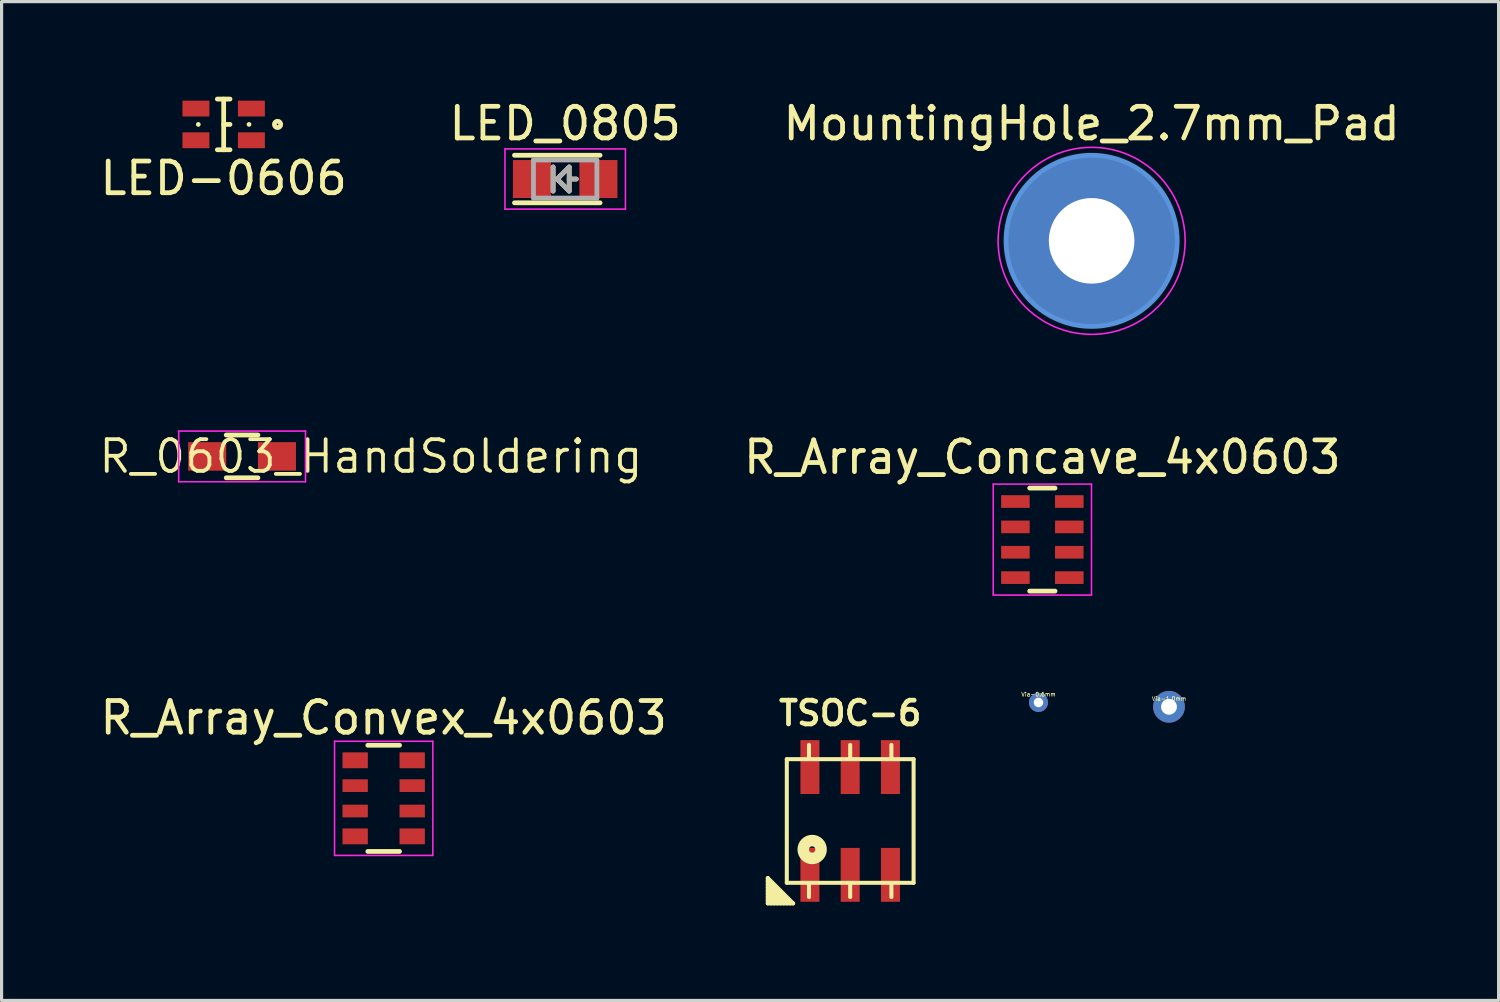
<source format=kicad_pcb>
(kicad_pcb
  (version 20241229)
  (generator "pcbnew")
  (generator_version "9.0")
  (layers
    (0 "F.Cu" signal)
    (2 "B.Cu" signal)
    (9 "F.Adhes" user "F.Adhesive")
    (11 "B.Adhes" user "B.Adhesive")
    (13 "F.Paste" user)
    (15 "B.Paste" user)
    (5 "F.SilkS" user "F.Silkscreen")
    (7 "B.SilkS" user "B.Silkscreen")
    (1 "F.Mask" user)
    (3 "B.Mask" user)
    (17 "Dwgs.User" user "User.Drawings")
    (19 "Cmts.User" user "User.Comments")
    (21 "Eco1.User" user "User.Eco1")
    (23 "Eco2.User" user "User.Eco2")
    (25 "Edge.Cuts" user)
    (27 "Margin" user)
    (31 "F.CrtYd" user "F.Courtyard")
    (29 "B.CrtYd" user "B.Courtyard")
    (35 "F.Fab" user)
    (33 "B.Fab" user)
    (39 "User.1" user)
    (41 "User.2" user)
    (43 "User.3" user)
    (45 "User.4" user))
  (footprint "Via-1.0mm"
    (layer "F.Cu")
    (at 33.828 19.247)
    (property "Reference" "Via-1.0mm" (at 0 -0.254 0) (layer "F.SilkS") (effects (font (size 0.127 0.127) (thickness 0.02))))
    (attr through_hole)
    (pad "" thru_hole circle (at 0 0) (size 1 1) (drill 0.5) (layers "*.Cu")))
  (footprint "Via-0.6mm"
    (layer "F.Cu")
    (at 29.711 19.11)
    (property "Reference" "Via-0.6mm" (at 0 -0.254 0) (layer "F.SilkS") (effects (font (size 0.127 0.127) (thickness 0.02))))
    (attr through_hole)
    (pad "" thru_hole circle (at 0 0) (size 0.6 0.6) (drill 0.3) (layers "*.Cu")))
  (footprint "LED-0606"
    (layer "F.Cu")
    (at 4.006 0.875)
    (property "Reference" "LED-0606" (at 0 1.7 0) (layer "F.SilkS") (effects (font (size 1 1) (thickness 0.15))))
    (attr through_hole)
    (fp_line (start -0.8 0) (end -0.8 0) (stroke (width 0.15) (type solid)) (layer "F.SilkS"))
    (fp_line (start -0.2 -0.8) (end 0.2 -0.8) (stroke (width 0.15) (type solid)) (layer "F.SilkS"))
    (fp_line (start -0.2 0.8) (end 0.2 0.8) (stroke (width 0.15) (type solid)) (layer "F.SilkS"))
    (fp_line (start 0 -0.8) (end 0 0.8) (stroke (width 0.15) (type solid)) (layer "F.SilkS"))
    (fp_line (start 0 0) (end 0.2 0) (stroke (width 0.15) (type solid)) (layer "F.SilkS"))
    (fp_line (start 0.8 0) (end 0.8 0) (stroke (width 0.15) (type solid)) (layer "F.SilkS"))
    (fp_circle (center 1.7 0) (end 1.8 0) (stroke (width 0.15) (type solid)) (fill no) (layer "F.SilkS"))
    (pad "1" smd rect (at 0.875 -0.5) (size 0.85 0.5) (layers "F.Cu" "F.Mask" "F.Paste"))
    (pad "1" smd rect (at 0.875 0.5) (size 0.85 0.5) (layers "F.Cu" "F.Mask" "F.Paste"))
    (pad "2" smd rect (at -0.875 -0.5) (size 0.85 0.5) (layers "F.Cu" "F.Mask" "F.Paste"))
    (pad "2" smd rect (at -0.875 0.5) (size 0.85 0.5) (layers "F.Cu" "F.Mask" "F.Paste")))
  (footprint "TSOC-6"
    (layer "F.Cu")
    (at 23.771 22.849)
    (property "Reference" "TSOC-6" (at 0 -3.4 0) (layer "F.SilkS") (effects (font (size 0.75 0.75) (thickness 0.15))))
    (attr through_hole)
    (fp_line (start -2.6 1.8) (end -2.6 2.6) (stroke (width 0.127) (type solid)) (layer "F.SilkS"))
    (fp_line (start -2.6 1.9) (end -1.9 2.6) (stroke (width 0.127) (type solid)) (layer "F.SilkS"))
    (fp_line (start -2.6 2.1) (end -2.1 2.6) (stroke (width 0.127) (type solid)) (layer "F.SilkS"))
    (fp_line (start -2.6 2.3) (end -2.3 2.6) (stroke (width 0.127) (type solid)) (layer "F.SilkS"))
    (fp_line (start -2.6 2.5) (end -2.5 2.6) (stroke (width 0.127) (type solid)) (layer "F.SilkS"))
    (fp_line (start -2.6 2.6) (end -1.8 2.6) (stroke (width 0.127) (type solid)) (layer "F.SilkS"))
    (fp_line (start -2.4 2.6) (end -2.6 2.4) (stroke (width 0.127) (type solid)) (layer "F.SilkS"))
    (fp_line (start -2.2 2.6) (end -2.6 2.2) (stroke (width 0.127) (type solid)) (layer "F.SilkS"))
    (fp_line (start -2 -1.95) (end -2 1.95) (stroke (width 0.127) (type solid)) (layer "F.SilkS"))
    (fp_line (start -2 1.95) (end 2 1.95) (stroke (width 0.127) (type solid)) (layer "F.SilkS"))
    (fp_line (start -2 2.6) (end -2.6 2) (stroke (width 0.127) (type solid)) (layer "F.SilkS"))
    (fp_line (start -1.8 2.6) (end -2.6 1.8) (stroke (width 0.127) (type solid)) (layer "F.SilkS"))
    (fp_line (start -1.3 -2.4) (end -1.3 -2) (stroke (width 0.127) (type solid)) (layer "F.SilkS"))
    (fp_line (start -1.3 2) (end -1.3 2.4) (stroke (width 0.127) (type solid)) (layer "F.SilkS"))
    (fp_line (start 0 -2) (end 0 -2.4) (stroke (width 0.127) (type solid)) (layer "F.SilkS"))
    (fp_line (start 0 2) (end 0 2.4) (stroke (width 0.127) (type solid)) (layer "F.SilkS"))
    (fp_line (start 1.3 -2.4) (end 1.3 -2) (stroke (width 0.127) (type solid)) (layer "F.SilkS"))
    (fp_line (start 1.3 2) (end 1.3 2.4) (stroke (width 0.127) (type solid)) (layer "F.SilkS"))
    (fp_line (start 2 -1.95) (end -2 -1.95) (stroke (width 0.127) (type solid)) (layer "F.SilkS"))
    (fp_line (start 2 1.95) (end 2 -1.95) (stroke (width 0.127) (type solid)) (layer "F.SilkS"))
    (fp_circle (center -1.2 0.9) (end -1.6 0.9) (stroke (width 0.127) (type solid)) (fill no) (layer "F.SilkS"))
    (fp_circle (center -1.2 0.9) (end -1.5 0.9) (stroke (width 0.127) (type solid)) (fill no) (layer "F.SilkS"))
    (fp_circle (center -1.2 0.9) (end -1.4 0.9) (stroke (width 0.127) (type solid)) (fill no) (layer "F.SilkS"))
    (fp_circle (center -1.2 0.9) (end -1.3 0.9) (stroke (width 0.3) (type solid)) (fill no) (layer "F.SilkS"))
    (pad "1" smd rect (at -1.27 1.7) (size 0.6 1.7) (layers "F.Cu" "F.Mask" "F.Paste"))
    (pad "2" smd rect (at 0 1.7) (size 0.6 1.7) (layers "F.Cu" "F.Mask" "F.Paste"))
    (pad "3" smd rect (at 1.27 1.7) (size 0.6 1.7) (layers "F.Cu" "F.Mask" "F.Paste"))
    (pad "4" smd rect (at 1.27 -1.7) (size 0.6 1.7) (layers "F.Cu" "F.Mask" "F.Paste"))
    (pad "5" smd rect (at 0 -1.7) (size 0.6 1.7) (layers "F.Cu" "F.Mask" "F.Paste"))
    (pad "6" smd rect (at -1.27 -1.7) (size 0.6 1.7) (layers "F.Cu" "F.Mask" "F.Paste")))
  (footprint "R_Array_Convex_4x0603"
    (layer "F.Cu")
    (at 9.054 22.135)
    (property "Reference" "R_Array_Convex_4x0603" (at 0 -2.54 0) (layer "F.SilkS") (effects (font (size 1 1) (thickness 0.15))))
    (attr smd)
    (fp_line (start 0.5 -1.675) (end -0.5 -1.675) (stroke (width 0.15) (type solid)) (layer "F.SilkS"))
    (fp_line (start 0.5 1.675) (end -0.5 1.675) (stroke (width 0.15) (type solid)) (layer "F.SilkS"))
    (fp_line (start -1.55 -1.8) (end -1.55 1.8) (stroke (width 0.05) (type solid)) (layer "F.CrtYd"))
    (fp_line (start -1.55 -1.8) (end 1.55 -1.8) (stroke (width 0.05) (type solid)) (layer "F.CrtYd"))
    (fp_line (start -1.55 1.8) (end 1.55 1.8) (stroke (width 0.05) (type solid)) (layer "F.CrtYd"))
    (fp_line (start 1.55 -1.8) (end 1.55 1.8) (stroke (width 0.05) (type solid)) (layer "F.CrtYd"))
    (pad "1" smd rect (at -0.9 -1.2) (size 0.8 0.5) (layers "F.Cu" "F.Mask" "F.Paste"))
    (pad "2" smd rect (at -0.9 -0.4) (size 0.8 0.4) (layers "F.Cu" "F.Mask" "F.Paste"))
    (pad "3" smd rect (at -0.9 0.4) (size 0.8 0.4) (layers "F.Cu" "F.Mask" "F.Paste"))
    (pad "4" smd rect (at -0.9 1.2) (size 0.8 0.5) (layers "F.Cu" "F.Mask" "F.Paste"))
    (pad "5" smd rect (at 0.9 1.2) (size 0.8 0.5) (layers "F.Cu" "F.Mask" "F.Paste"))
    (pad "6" smd rect (at 0.9 0.4) (size 0.8 0.4) (layers "F.Cu" "F.Mask" "F.Paste"))
    (pad "7" smd rect (at 0.9 -0.4) (size 0.8 0.4) (layers "F.Cu" "F.Mask" "F.Paste"))
    (pad "8" smd rect (at 0.9 -1.2) (size 0.8 0.5) (layers "F.Cu" "F.Mask" "F.Paste")))
  (footprint "MountingHole_2.7mm_Pad"
    (layer "F.Cu")
    (at 31.387 4.548)
    (property "Reference" "MountingHole_2.7mm_Pad" (at 0 -3.7 0) (layer "F.SilkS") (effects (font (size 1 1) (thickness 0.15))))
    (attr through_hole)
    (fp_circle (center 0 0) (end 2.7 0) (stroke (width 0.15) (type solid)) (fill no) (layer "Cmts.User"))
    (fp_circle (center 0 0) (end 2.95 0) (stroke (width 0.05) (type solid)) (fill no) (layer "F.CrtYd"))
    (pad "1" thru_hole circle (at 0 0) (size 5.4 5.4) (drill 2.7) (layers "*.Cu" "*.Mask")))
  (footprint "R_Array_Concave_4x0603"
    (layer "F.Cu")
    (at 29.833 13.972)
    (property "Reference" "R_Array_Concave_4x0603" (at 0 -2.6 0) (layer "F.SilkS") (effects (font (size 1 1) (thickness 0.15))))
    (attr smd)
    (fp_line (start 0.4 -1.625) (end -0.4 -1.625) (stroke (width 0.15) (type solid)) (layer "F.SilkS"))
    (fp_line (start 0.4 1.625) (end -0.4 1.625) (stroke (width 0.15) (type solid)) (layer "F.SilkS"))
    (fp_line (start -1.55 -1.75) (end -1.55 1.75) (stroke (width 0.05) (type solid)) (layer "F.CrtYd"))
    (fp_line (start -1.55 -1.75) (end 1.55 -1.75) (stroke (width 0.05) (type solid)) (layer "F.CrtYd"))
    (fp_line (start -1.55 1.75) (end 1.55 1.75) (stroke (width 0.05) (type solid)) (layer "F.CrtYd"))
    (fp_line (start 1.55 -1.75) (end 1.55 1.75) (stroke (width 0.05) (type solid)) (layer "F.CrtYd"))
    (pad "1" smd rect (at -0.85 -1.2) (size 0.9 0.4) (layers "F.Cu" "F.Mask" "F.Paste"))
    (pad "2" smd rect (at -0.85 -0.4) (size 0.9 0.4) (layers "F.Cu" "F.Mask" "F.Paste"))
    (pad "3" smd rect (at -0.85 0.4) (size 0.9 0.4) (layers "F.Cu" "F.Mask" "F.Paste"))
    (pad "4" smd rect (at -0.85 1.2) (size 0.9 0.4) (layers "F.Cu" "F.Mask" "F.Paste"))
    (pad "5" smd rect (at 0.85 1.2) (size 0.9 0.4) (layers "F.Cu" "F.Mask" "F.Paste"))
    (pad "6" smd rect (at 0.85 0.4) (size 0.9 0.4) (layers "F.Cu" "F.Mask" "F.Paste"))
    (pad "7" smd rect (at 0.85 -0.4) (size 0.9 0.4) (layers "F.Cu" "F.Mask" "F.Paste"))
    (pad "8" smd rect (at 0.85 -1.2) (size 0.9 0.4) (layers "F.Cu" "F.Mask" "F.Paste")))
  (footprint "R_0603_HandSoldering"
    (layer "F.Cu")
    (at 4.587 11.348)
    (property "Reference" "R_0603_HandSoldering" (at 4.064 0 0) (layer "F.SilkS") (effects (font (size 1 1) (thickness 0.12))))
    (attr smd)
    (fp_line (start -0.5 -0.675) (end 0.5 -0.675) (stroke (width 0.15) (type solid)) (layer "F.SilkS"))
    (fp_line (start 0.5 0.675) (end -0.5 0.675) (stroke (width 0.15) (type solid)) (layer "F.SilkS"))
    (fp_line (start -2 -0.8) (end -2 0.8) (stroke (width 0.05) (type solid)) (layer "F.CrtYd"))
    (fp_line (start -2 -0.8) (end 2 -0.8) (stroke (width 0.05) (type solid)) (layer "F.CrtYd"))
    (fp_line (start -2 0.8) (end 2 0.8) (stroke (width 0.05) (type solid)) (layer "F.CrtYd"))
    (fp_line (start 2 -0.8) (end 2 0.8) (stroke (width 0.05) (type solid)) (layer "F.CrtYd"))
    (pad "1" smd rect (at -1.1 0) (size 1.2 0.9) (layers "F.Cu" "F.Mask" "F.Paste"))
    (pad "2" smd rect (at 1.1 0) (size 1.2 0.9) (layers "F.Cu" "F.Mask" "F.Paste")))
  (footprint "LED_0805"
    (layer "F.Cu")
    (at 14.78 2.598)
    (property "Reference" "LED_0805" (at 0 -1.75 0) (layer "F.SilkS") (effects (font (size 1 1) (thickness 0.15))))
    (attr smd)
    (fp_line (start -1.6 -0.75) (end 1.1 -0.75) (stroke (width 0.15) (type solid)) (layer "F.SilkS"))
    (fp_line (start -1.6 0.75) (end 1.1 0.75) (stroke (width 0.15) (type solid)) (layer "F.SilkS"))
    (fp_line (start -0.381 -0.381) (end -0.381 0.381) (stroke (width 0.15) (type solid)) (layer "F.SilkS"))
    (fp_line (start -0.254 0) (end 0.127 -0.381) (stroke (width 0.15) (type solid)) (layer "F.SilkS"))
    (fp_line (start 0.127 -0.35) (end 0.127 0.35) (stroke (width 0.15) (type solid)) (layer "F.SilkS"))
    (fp_line (start 0.127 0) (end 0.35 0) (stroke (width 0.15) (type solid)) (layer "F.SilkS"))
    (fp_line (start 0.127 0.381) (end -0.254 0) (stroke (width 0.15) (type solid)) (layer "F.SilkS"))
    (fp_line (start -1.9 -0.95) (end 1.9 -0.95) (stroke (width 0.05) (type solid)) (layer "F.CrtYd"))
    (fp_line (start -1.9 0.95) (end -1.9 -0.95) (stroke (width 0.05) (type solid)) (layer "F.CrtYd"))
    (fp_line (start 1.9 -0.95) (end 1.9 0.95) (stroke (width 0.05) (type solid)) (layer "F.CrtYd"))
    (fp_line (start 1.9 0.95) (end -1.9 0.95) (stroke (width 0.05) (type solid)) (layer "F.CrtYd"))
    (fp_line (start -1 -0.6) (end -1 0.6) (stroke (width 0.15) (type solid)) (layer "F.Fab"))
    (fp_line (start -1 0.6) (end 1 0.6) (stroke (width 0.15) (type solid)) (layer "F.Fab"))
    (fp_line (start -0.381 -0.381) (end -0.381 0.381) (stroke (width 0.15) (type solid)) (layer "F.Fab"))
    (fp_line (start -0.254 0) (end 0.127 -0.381) (stroke (width 0.15) (type solid)) (layer "F.Fab"))
    (fp_line (start 0.127 -0.381) (end 0.127 0.381) (stroke (width 0.15) (type solid)) (layer "F.Fab"))
    (fp_line (start 0.127 0) (end 0.35 0) (stroke (width 0.15) (type solid)) (layer "F.Fab"))
    (fp_line (start 0.127 0.381) (end -0.254 0) (stroke (width 0.15) (type solid)) (layer "F.Fab"))
    (fp_line (start 1 -0.6) (end -1 -0.6) (stroke (width 0.15) (type solid)) (layer "F.Fab"))
    (fp_line (start 1 0.6) (end 1 -0.6) (stroke (width 0.15) (type solid)) (layer "F.Fab"))
    (pad "1" smd rect (at -1.049 0 180) (size 1.199 1.199) (layers "F.Cu" "F.Mask" "F.Paste"))
    (pad "2" smd rect (at 1.049 0 180) (size 1.199 1.199) (layers "F.Cu" "F.Mask" "F.Paste")))
  (gr_rect
    (start -3 -3)
    (end 44.226 28.512)
    (stroke (width 0.1) (type default))
    (fill no)
    (layer "Edge.Cuts")))
</source>
